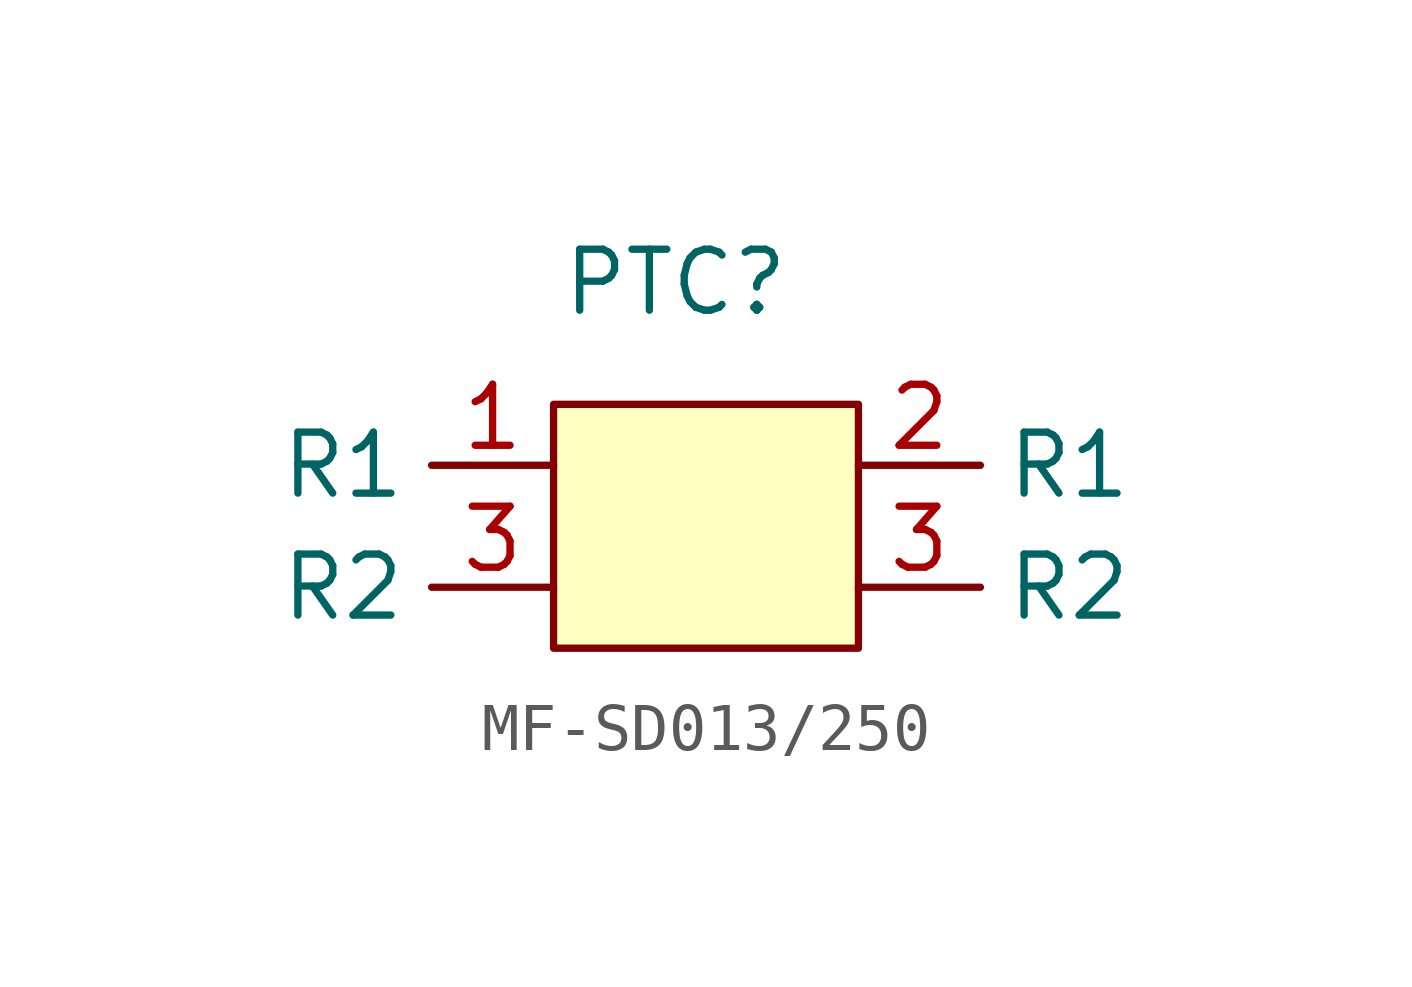
<source format=kicad_sym>
(kicad_symbol_lib
  (version 20220914)
  (generator kicad_symbol_editor)
  (symbol "MF-SD013/250"
    (property "Reference" "PTC"
      (at 0 0 0)
      (effects (font (size 1.27 1.27))))
    (property "Value" ""
      (at 0 0 0)
      (effects (font (size 1.27 1.27))))
    (symbol "MF-SD013/250_1_1"
      (rectangle (start -2.54 -2.54) (end 3.81 -7.62) (stroke (width 0) (type default)) (fill (type background)))
      (pin input line (at -2.54 -3.81 180) (length 2.54) (name "R1" (effects (font (size 1.27 1.27)))) (number "1" (effects (font (size 1.27 1.27)))))
      (pin input line (at 3.81 -3.81 0) (length 2.54) (name "R1" (effects (font (size 1.27 1.27)))) (number "2" (effects (font (size 1.27 1.27)))))
      (pin input line (at -2.54 -6.35 180) (length 2.54) (name "R2" (effects (font (size 1.27 1.27)))) (number "3" (effects (font (size 1.27 1.27)))))
      (pin input line (at 3.81 -6.35 0) (length 2.54) (name "R2" (effects (font (size 1.27 1.27)))) (number "3" (effects (font (size 1.27 1.27))))))))
</source>
